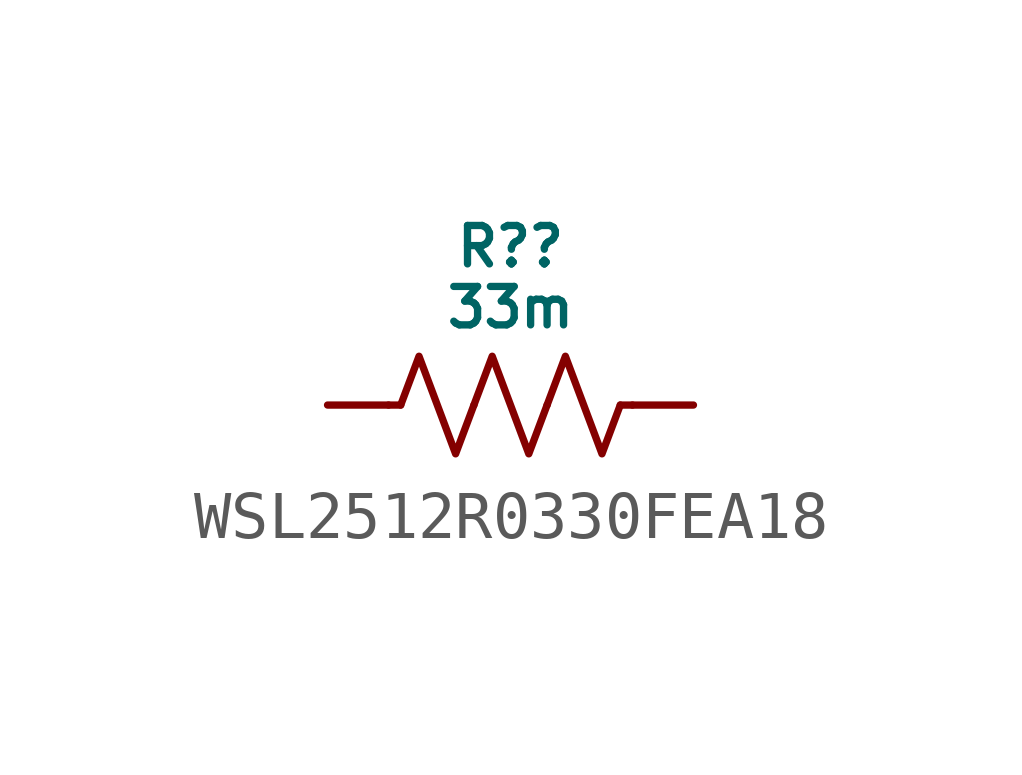
<source format=kicad_sym>
(kicad_symbol_lib
  (version 20231120)
  (generator "kicad_symbol_editor")
  (generator_version "8.0")
  (symbol "WSL2512R0330FEA18"
    (pin_numbers hide)
    (pin_names hide)
    (property "Reference" "R?"
      (at 0 3.302 0)
      (do_not_autoplace)
      (effects (font (size 0.8 0.8))))
    (property "Value" "33m"
      (at 0 2.032 0)
      (do_not_autoplace)
      (effects (font (size 0.8 0.8))))
    (symbol "WSL2512R0330FEA18_0_1"
      (polyline (pts (xy -2.286 0) (xy -2.54 0)) (stroke (width 0) (type default)) (fill (type none)))
      (polyline (pts (xy 2.286 0) (xy 2.54 0)) (stroke (width 0) (type default)) (fill (type none)))
      (polyline (pts (xy -2.286 0) (xy -1.905 1.016) (xy -1.524 0) (xy -1.143 -1.016) (xy -0.762 0)) (stroke (width 0) (type default)) (fill (type none)))
      (polyline (pts (xy -0.762 0) (xy -0.381 1.016) (xy 0 0) (xy 0.381 -1.016) (xy 0.762 0)) (stroke (width 0) (type default)) (fill (type none)))
      (polyline (pts (xy 0.762 0) (xy 1.143 1.016) (xy 1.524 0) (xy 1.905 -1.016) (xy 2.286 0)) (stroke (width 0) (type default)) (fill (type none))))
    (symbol "WSL2512R0330FEA18_1_0"
      (pin passive line (at -3.81 0 0) (length 1.27) (name "" (effects (font (size 0.8 0.8)))) (number "1" (effects (font (size 0.8 0.8)))))
      (pin passive line (at 3.81 0 180) (length 1.27) (name "" (effects (font (size 0.8 0.8)))) (number "2" (effects (font (size 0.8 0.8))))))))
</source>
